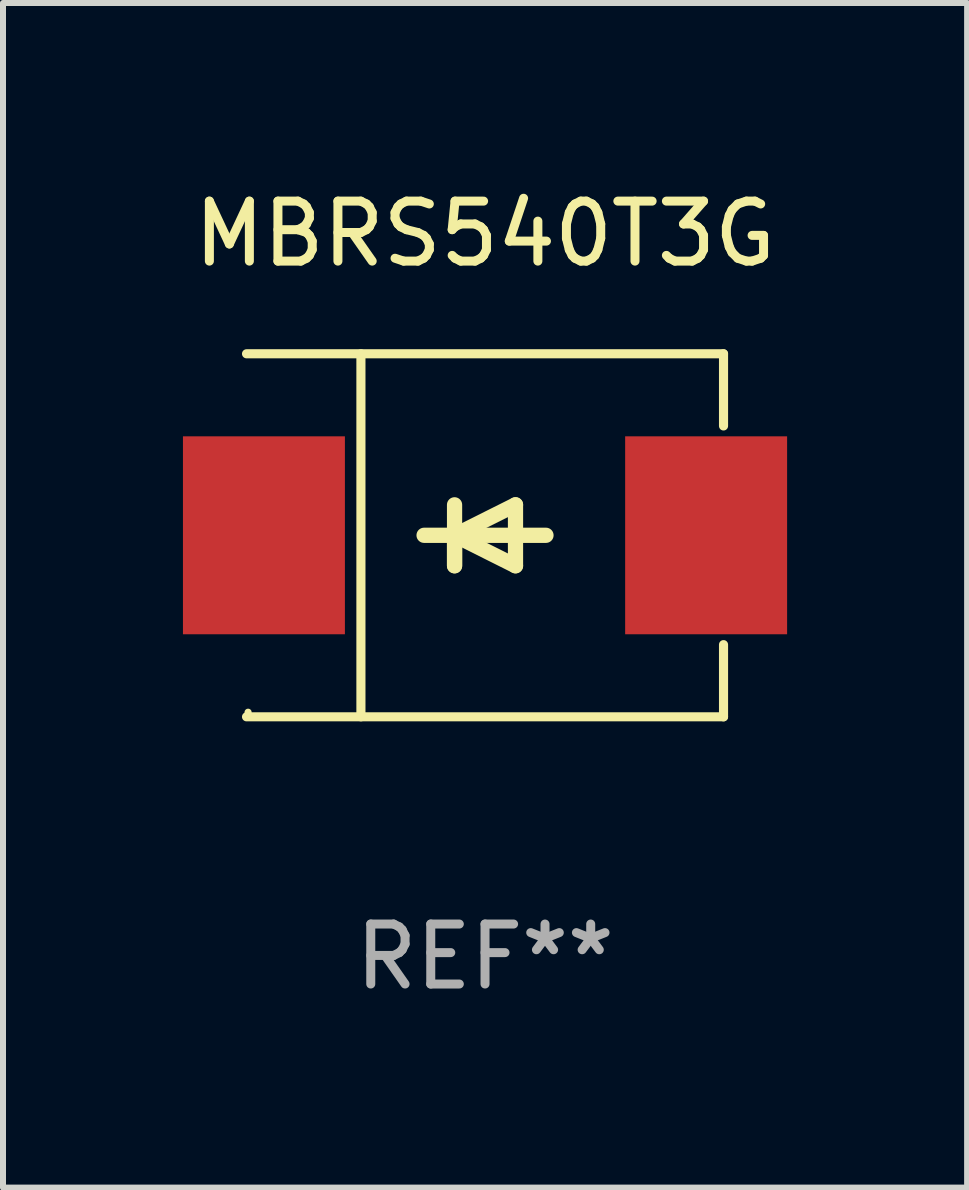
<source format=kicad_pcb>
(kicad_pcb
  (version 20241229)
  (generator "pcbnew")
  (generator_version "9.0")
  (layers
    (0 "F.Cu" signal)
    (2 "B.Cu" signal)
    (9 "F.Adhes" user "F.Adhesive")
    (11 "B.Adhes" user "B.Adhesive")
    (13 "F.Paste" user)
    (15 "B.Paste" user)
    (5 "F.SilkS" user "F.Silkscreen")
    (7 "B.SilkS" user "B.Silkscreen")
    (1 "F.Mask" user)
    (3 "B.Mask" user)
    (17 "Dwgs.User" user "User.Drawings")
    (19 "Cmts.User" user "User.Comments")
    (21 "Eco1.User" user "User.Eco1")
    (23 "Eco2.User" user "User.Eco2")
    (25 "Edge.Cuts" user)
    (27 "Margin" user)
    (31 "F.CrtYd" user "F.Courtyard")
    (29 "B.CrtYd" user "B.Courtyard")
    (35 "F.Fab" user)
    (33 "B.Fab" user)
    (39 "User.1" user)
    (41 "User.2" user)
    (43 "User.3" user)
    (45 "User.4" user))
  (footprint "MBRS540T3G"
    (layer "F.Cu")
    (at 5.036 5.874)
    (property "Reference" "MBRS540T3G" (at 0 -5.026 0) (layer "F.SilkS") (effects (font (size 1 1) (thickness 0.15))))
    (attr through_hole)
    (fp_line (start -3.976 -3.026) (end 3.976 -3.026) (stroke (width 0.152) (type solid)) (layer "F.SilkS"))
    (fp_line (start -3.976 3.026) (end 3.976 3.026) (stroke (width 0.152) (type solid)) (layer "F.SilkS"))
    (fp_line (start -2.069 -3.026) (end -2.069 3.026) (stroke (width 0.152) (type solid)) (layer "F.SilkS"))
    (fp_line (start -0.508 0) (end -0.508 0.508) (stroke (width 0.254) (type solid)) (layer "F.SilkS"))
    (fp_line (start -0.508 0) (end 0.508 0.508) (stroke (width 0.254) (type solid)) (layer "F.SilkS"))
    (fp_line (start -0.508 0.508) (end -0.508 -0.508) (stroke (width 0.254) (type solid)) (layer "F.SilkS"))
    (fp_line (start 0.508 -0.508) (end -0.508 0) (stroke (width 0.254) (type solid)) (layer "F.SilkS"))
    (fp_line (start 0.508 0.508) (end 0.508 -0.508) (stroke (width 0.254) (type solid)) (layer "F.SilkS"))
    (fp_line (start 1.016 0) (end -1.016 0) (stroke (width 0.254) (type solid)) (layer "F.SilkS"))
    (fp_line (start 3.976 -3.026) (end 3.976 -1.823) (stroke (width 0.152) (type solid)) (layer "F.SilkS"))
    (fp_line (start 3.976 3.026) (end 3.976 1.823) (stroke (width 0.152) (type solid)) (layer "F.SilkS"))
    (fp_circle (center -3.95 2.95) (end -3.92 2.95) (stroke (width 0.06) (type solid)) (fill no) (layer "F.SilkS"))
    (fp_text user "REF**" (at 0 7.026 0) (layer "F.Fab") (effects (font (size 1 1) (thickness 0.15))))
    (pad "1" smd rect (at -3.686 0) (size 2.7 3.3) (layers "F.Cu" "F.Mask" "F.Paste"))
    (pad "2" smd rect (at 3.686 0) (size 2.7 3.3) (layers "F.Cu" "F.Mask" "F.Paste")))
  (gr_rect
    (start -3 -3)
    (end 13.073 16.749)
    (stroke (width 0.1) (type default))
    (fill no)
    (layer "Edge.Cuts")))
</source>
